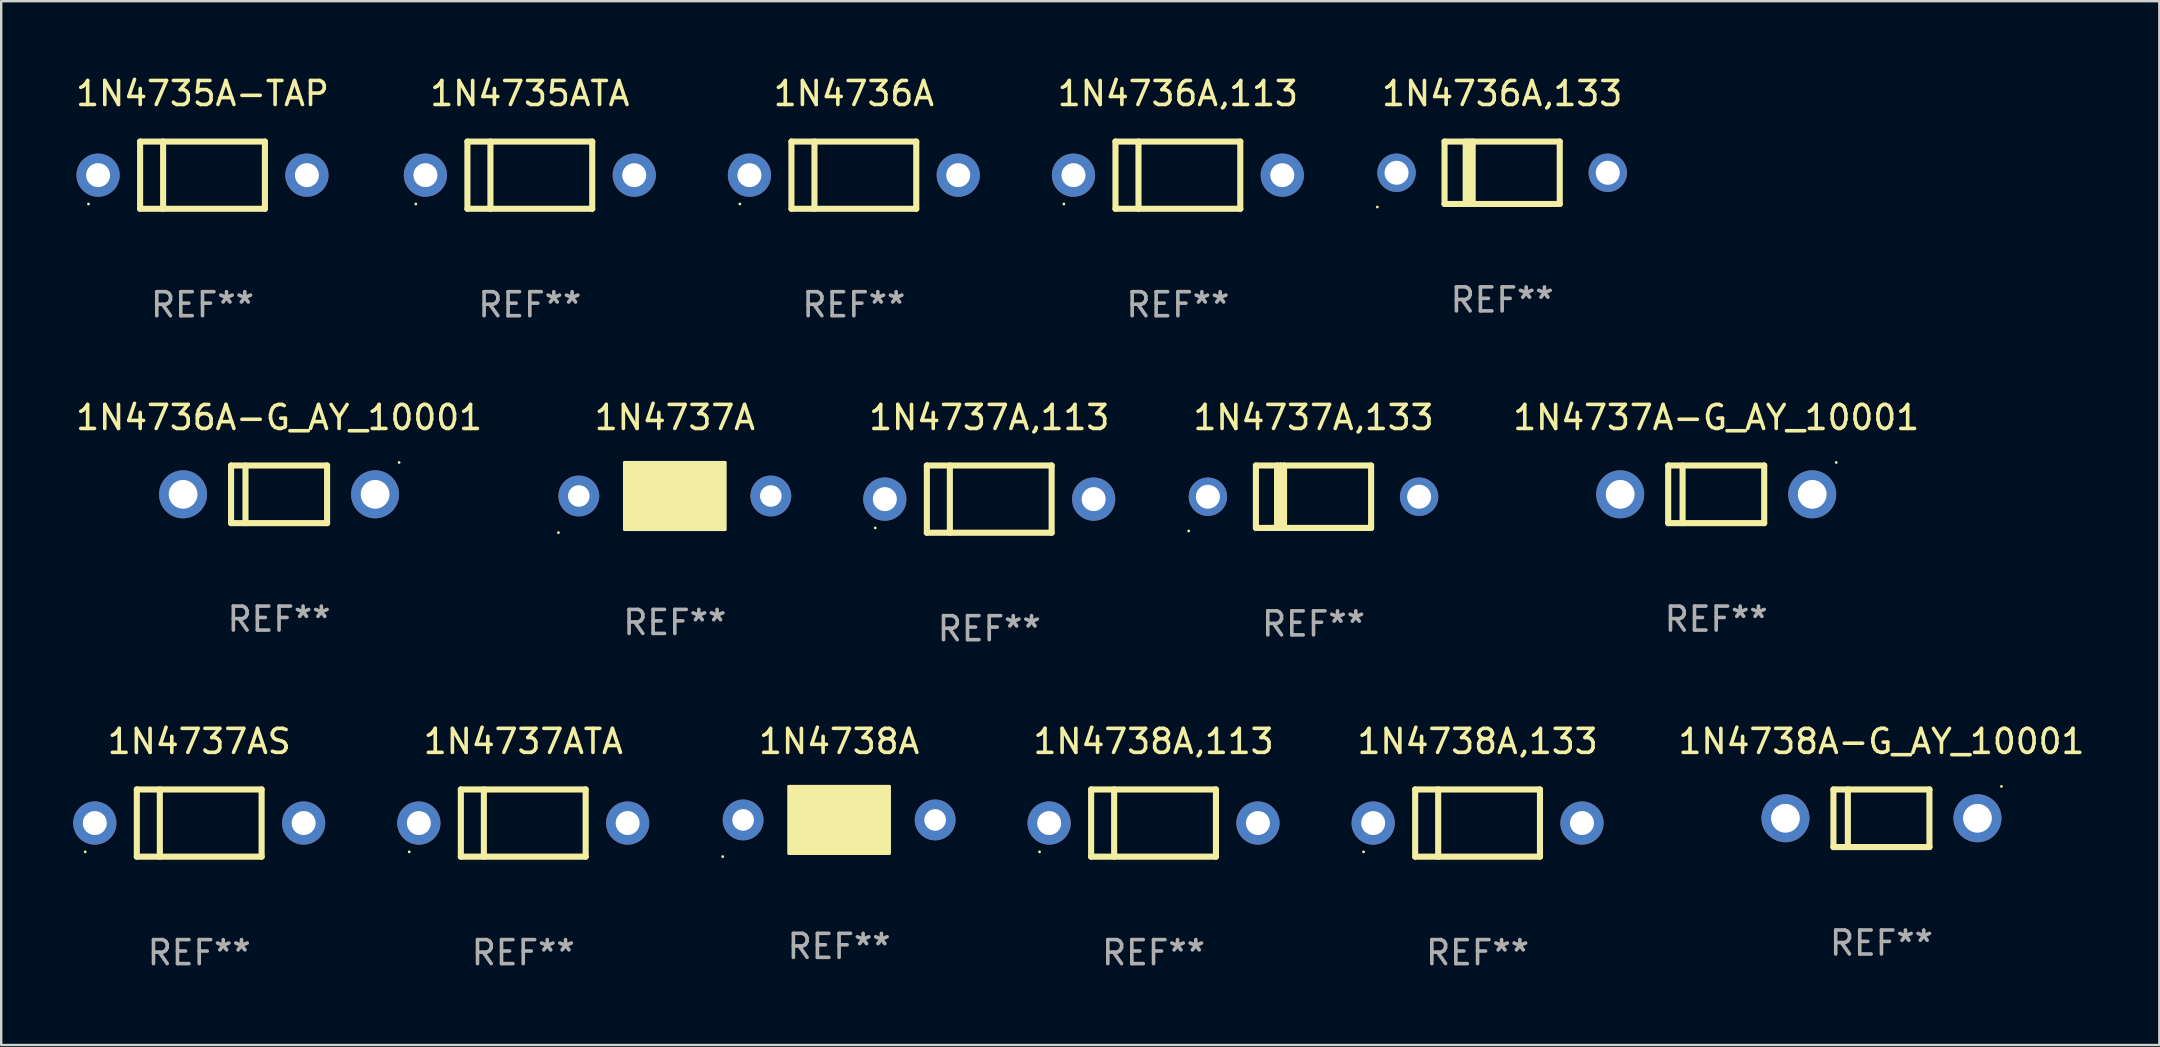
<source format=kicad_pcb>
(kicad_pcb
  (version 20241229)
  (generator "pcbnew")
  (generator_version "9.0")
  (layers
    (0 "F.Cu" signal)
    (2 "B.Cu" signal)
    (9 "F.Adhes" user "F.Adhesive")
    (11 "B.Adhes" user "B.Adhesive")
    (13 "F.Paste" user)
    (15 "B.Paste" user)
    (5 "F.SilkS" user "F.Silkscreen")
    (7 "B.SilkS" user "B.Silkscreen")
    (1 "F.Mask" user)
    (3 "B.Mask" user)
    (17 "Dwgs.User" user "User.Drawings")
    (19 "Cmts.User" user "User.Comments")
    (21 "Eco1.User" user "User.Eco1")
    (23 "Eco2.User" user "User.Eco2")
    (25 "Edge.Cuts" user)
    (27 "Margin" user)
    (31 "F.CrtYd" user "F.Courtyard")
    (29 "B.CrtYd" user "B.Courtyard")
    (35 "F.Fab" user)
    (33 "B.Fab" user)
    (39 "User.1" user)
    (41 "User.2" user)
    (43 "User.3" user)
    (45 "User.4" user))
  (footprint "1N4737A,133"
    (layer "F.Cu")
    (at 51.675 17.645)
    (property "Reference" "1N4737A,133" (at 0 -3.3 0) (layer "F.SilkS") (effects (font (size 1 1) (thickness 0.15))))
    (attr through_hole)
    (fp_line (start -2.4 -1.3) (end -2.4 1.3) (stroke (width 0.254) (type solid)) (layer "F.SilkS"))
    (fp_line (start -2.4 -1.3) (end 2.4 -1.3) (stroke (width 0.254) (type solid)) (layer "F.SilkS"))
    (fp_line (start -2.4 1.3) (end 2.4 1.3) (stroke (width 0.254) (type solid)) (layer "F.SilkS"))
    (fp_line (start -1.519 -1.3) (end -1.519 1.3) (stroke (width 0.254) (type solid)) (layer "F.SilkS"))
    (fp_line (start -1.374 -1.3) (end -1.374 1.3) (stroke (width 0.254) (type solid)) (layer "F.SilkS"))
    (fp_line (start -1.228 -1.3) (end -1.228 1.3) (stroke (width 0.254) (type solid)) (layer "F.SilkS"))
    (fp_line (start 2.4 -1.3) (end 2.4 1.3) (stroke (width 0.254) (type solid)) (layer "F.SilkS"))
    (fp_circle (center -5.2 1.427) (end -5.17 1.427) (stroke (width 0.06) (type solid)) (fill no) (layer "F.SilkS"))
    (fp_text user "REF**" (at 0 5.3 0) (layer "F.Fab") (effects (font (size 1 1) (thickness 0.15))))
    (pad "1" thru_hole circle (at -4.4 0.000013) (size 1.6 1.6) (drill 1) (layers "*.Cu" "*.Mask"))
    (pad "2" thru_hole circle (at 4.4 0.000013) (size 1.6 1.6) (drill 1) (layers "*.Cu" "*.Mask")))
  (footprint "1N4738A"
    (layer "F.Cu")
    (at 31.91 31.111)
    (property "Reference" "1N4738A" (at 0 -3.27 0) (layer "F.SilkS") (effects (font (size 1 1) (thickness 0.15))))
    (attr through_hole)
    (fp_line (start 1.27 -1.27) (end 1.27 1.27) (stroke (width 0.229) (type solid)) (layer "F.SilkS"))
    (fp_circle (center -4.85 1.527) (end -4.82 1.527) (stroke (width 0.06) (type solid)) (fill no) (layer "F.SilkS"))
    (fp_poly (pts (xy -2.1 -1.4) (xy 2.1 -1.4) (xy 2.1 1.4) (xy -2.1 1.4)) (stroke (width 0.12) (type solid)) (fill yes) (layer "F.SilkS"))
    (fp_text user "REF**" (at 0 5.27 0) (layer "F.Fab") (effects (font (size 1 1) (thickness 0.15))))
    (pad "1" thru_hole circle (at -4 0) (size 1.7 1.7) (drill 0.9) (layers "*.Cu" "*.Mask"))
    (pad "2" thru_hole circle (at 4 0) (size 1.7 1.7) (drill 0.9) (layers "*.Cu" "*.Mask")))
  (footprint "1N4736A"
    (layer "F.Cu")
    (at 32.524 4.248)
    (property "Reference" "1N4736A" (at 0 -3.4 0) (layer "F.SilkS") (effects (font (size 1 1) (thickness 0.15))))
    (attr through_hole)
    (fp_line (start -2.6 -1.4) (end -2.6 1.4) (stroke (width 0.254) (type solid)) (layer "F.SilkS"))
    (fp_line (start -2.6 -1.4) (end 2.6 -1.4) (stroke (width 0.254) (type solid)) (layer "F.SilkS"))
    (fp_line (start -2.6 1.4) (end 2.6 1.4) (stroke (width 0.254) (type solid)) (layer "F.SilkS"))
    (fp_line (start -1.641 -1.4) (end -1.641 1.4) (stroke (width 0.254) (type solid)) (layer "F.SilkS"))
    (fp_line (start 2.6 -1.4) (end 2.6 1.4) (stroke (width 0.254) (type solid)) (layer "F.SilkS"))
    (fp_circle (center -4.75 1.2) (end -4.72 1.2) (stroke (width 0.06) (type solid)) (fill no) (layer "F.SilkS"))
    (fp_text user "REF**" (at 0 5.4 0) (layer "F.Fab") (effects (font (size 1 1) (thickness 0.15))))
    (pad "1" thru_hole circle (at -4.35 0) (size 1.8 1.8) (drill 1) (layers "*.Cu" "*.Mask"))
    (pad "2" thru_hole circle (at 4.35 0) (size 1.8 1.8) (drill 1) (layers "*.Cu" "*.Mask")))
  (footprint "1N4735ATA"
    (layer "F.Cu")
    (at 19.024 4.248)
    (property "Reference" "1N4735ATA" (at 0 -3.4 0) (layer "F.SilkS") (effects (font (size 1 1) (thickness 0.15))))
    (attr through_hole)
    (fp_line (start -2.6 -1.4) (end -2.6 1.4) (stroke (width 0.254) (type solid)) (layer "F.SilkS"))
    (fp_line (start -2.6 -1.4) (end 2.6 -1.4) (stroke (width 0.254) (type solid)) (layer "F.SilkS"))
    (fp_line (start -2.6 1.4) (end 2.6 1.4) (stroke (width 0.254) (type solid)) (layer "F.SilkS"))
    (fp_line (start -1.641 -1.4) (end -1.641 1.4) (stroke (width 0.254) (type solid)) (layer "F.SilkS"))
    (fp_line (start 2.6 -1.4) (end 2.6 1.4) (stroke (width 0.254) (type solid)) (layer "F.SilkS"))
    (fp_circle (center -4.75 1.2) (end -4.72 1.2) (stroke (width 0.06) (type solid)) (fill no) (layer "F.SilkS"))
    (fp_text user "REF**" (at 0 5.4 0) (layer "F.Fab") (effects (font (size 1 1) (thickness 0.15))))
    (pad "1" thru_hole circle (at -4.35 0) (size 1.8 1.8) (drill 1) (layers "*.Cu" "*.Mask"))
    (pad "2" thru_hole circle (at 4.35 0) (size 1.8 1.8) (drill 1) (layers "*.Cu" "*.Mask")))
  (footprint "1N4738A,113"
    (layer "F.Cu")
    (at 45.01 31.241)
    (property "Reference" "1N4738A,113" (at 0 -3.4 0) (layer "F.SilkS") (effects (font (size 1 1) (thickness 0.15))))
    (attr through_hole)
    (fp_line (start -2.6 -1.4) (end -2.6 1.4) (stroke (width 0.254) (type solid)) (layer "F.SilkS"))
    (fp_line (start -2.6 -1.4) (end 2.6 -1.4) (stroke (width 0.254) (type solid)) (layer "F.SilkS"))
    (fp_line (start -2.6 1.4) (end 2.6 1.4) (stroke (width 0.254) (type solid)) (layer "F.SilkS"))
    (fp_line (start -1.641 -1.4) (end -1.641 1.4) (stroke (width 0.254) (type solid)) (layer "F.SilkS"))
    (fp_line (start 2.6 -1.4) (end 2.6 1.4) (stroke (width 0.254) (type solid)) (layer "F.SilkS"))
    (fp_circle (center -4.75 1.2) (end -4.72 1.2) (stroke (width 0.06) (type solid)) (fill no) (layer "F.SilkS"))
    (fp_text user "REF**" (at 0 5.4 0) (layer "F.Fab") (effects (font (size 1 1) (thickness 0.15))))
    (pad "1" thru_hole circle (at -4.35 0) (size 1.8 1.8) (drill 1) (layers "*.Cu" "*.Mask"))
    (pad "2" thru_hole circle (at 4.35 0) (size 1.8 1.8) (drill 1) (layers "*.Cu" "*.Mask")))
  (footprint "1N4737A-G_AY_10001"
    (layer "F.Cu")
    (at 68.452 17.545)
    (property "Reference" "1N4737A-G_AY_10001" (at 0 -3.2 0) (layer "F.SilkS") (effects (font (size 1 1) (thickness 0.15))))
    (attr through_hole)
    (fp_line (start -2 -1.2) (end 2 -1.2) (stroke (width 0.254) (type solid)) (layer "F.SilkS"))
    (fp_line (start -2 1.2) (end -2 -1.2) (stroke (width 0.254) (type solid)) (layer "F.SilkS"))
    (fp_line (start -1.4 -1.2) (end -1.4 1.2) (stroke (width 0.254) (type solid)) (layer "F.SilkS"))
    (fp_line (start 2 -1.2) (end 2 1.2) (stroke (width 0.254) (type solid)) (layer "F.SilkS"))
    (fp_line (start 2 1.2) (end -2 1.2) (stroke (width 0.254) (type solid)) (layer "F.SilkS"))
    (fp_circle (center 5 -1.327) (end 5.03 -1.327) (stroke (width 0.06) (type solid)) (fill no) (layer "F.SilkS"))
    (fp_text user "REF**" (at 0 5.2 0) (layer "F.Fab") (effects (font (size 1 1) (thickness 0.15))))
    (pad "1" thru_hole circle (at -4 0) (size 2 2) (drill 1.2) (layers "*.Cu" "*.Mask"))
    (pad "2" thru_hole circle (at 4 0) (size 2 2) (drill 1.2) (layers "*.Cu" "*.Mask")))
  (footprint "1N4737AS"
    (layer "F.Cu")
    (at 5.25 31.241)
    (property "Reference" "1N4737AS" (at 0 -3.4 0) (layer "F.SilkS") (effects (font (size 1 1) (thickness 0.15))))
    (attr through_hole)
    (fp_line (start -2.6 -1.4) (end -2.6 1.4) (stroke (width 0.254) (type solid)) (layer "F.SilkS"))
    (fp_line (start -2.6 -1.4) (end 2.6 -1.4) (stroke (width 0.254) (type solid)) (layer "F.SilkS"))
    (fp_line (start -2.6 1.4) (end 2.6 1.4) (stroke (width 0.254) (type solid)) (layer "F.SilkS"))
    (fp_line (start -1.641 -1.4) (end -1.641 1.4) (stroke (width 0.254) (type solid)) (layer "F.SilkS"))
    (fp_line (start 2.6 -1.4) (end 2.6 1.4) (stroke (width 0.254) (type solid)) (layer "F.SilkS"))
    (fp_circle (center -4.75 1.2) (end -4.72 1.2) (stroke (width 0.06) (type solid)) (fill no) (layer "F.SilkS"))
    (fp_text user "REF**" (at 0 5.4 0) (layer "F.Fab") (effects (font (size 1 1) (thickness 0.15))))
    (pad "1" thru_hole circle (at -4.35 0) (size 1.8 1.8) (drill 1) (layers "*.Cu" "*.Mask"))
    (pad "2" thru_hole circle (at 4.35 0) (size 1.8 1.8) (drill 1) (layers "*.Cu" "*.Mask")))
  (footprint "1N4736A,113"
    (layer "F.Cu")
    (at 46.024 4.248)
    (property "Reference" "1N4736A,113" (at 0 -3.4 0) (layer "F.SilkS") (effects (font (size 1 1) (thickness 0.15))))
    (attr through_hole)
    (fp_line (start -2.6 -1.4) (end -2.6 1.4) (stroke (width 0.254) (type solid)) (layer "F.SilkS"))
    (fp_line (start -2.6 -1.4) (end 2.6 -1.4) (stroke (width 0.254) (type solid)) (layer "F.SilkS"))
    (fp_line (start -2.6 1.4) (end 2.6 1.4) (stroke (width 0.254) (type solid)) (layer "F.SilkS"))
    (fp_line (start -1.641 -1.4) (end -1.641 1.4) (stroke (width 0.254) (type solid)) (layer "F.SilkS"))
    (fp_line (start 2.6 -1.4) (end 2.6 1.4) (stroke (width 0.254) (type solid)) (layer "F.SilkS"))
    (fp_circle (center -4.75 1.2) (end -4.72 1.2) (stroke (width 0.06) (type solid)) (fill no) (layer "F.SilkS"))
    (fp_text user "REF**" (at 0 5.4 0) (layer "F.Fab") (effects (font (size 1 1) (thickness 0.15))))
    (pad "1" thru_hole circle (at -4.35 0) (size 1.8 1.8) (drill 1) (layers "*.Cu" "*.Mask"))
    (pad "2" thru_hole circle (at 4.35 0) (size 1.8 1.8) (drill 1) (layers "*.Cu" "*.Mask")))
  (footprint "1N4737A,113"
    (layer "F.Cu")
    (at 38.165 17.745)
    (property "Reference" "1N4737A,113" (at 0 -3.4 0) (layer "F.SilkS") (effects (font (size 1 1) (thickness 0.15))))
    (attr through_hole)
    (fp_line (start -2.6 -1.4) (end -2.6 1.4) (stroke (width 0.254) (type solid)) (layer "F.SilkS"))
    (fp_line (start -2.6 -1.4) (end 2.6 -1.4) (stroke (width 0.254) (type solid)) (layer "F.SilkS"))
    (fp_line (start -2.6 1.4) (end 2.6 1.4) (stroke (width 0.254) (type solid)) (layer "F.SilkS"))
    (fp_line (start -1.641 -1.4) (end -1.641 1.4) (stroke (width 0.254) (type solid)) (layer "F.SilkS"))
    (fp_line (start 2.6 -1.4) (end 2.6 1.4) (stroke (width 0.254) (type solid)) (layer "F.SilkS"))
    (fp_circle (center -4.75 1.2) (end -4.72 1.2) (stroke (width 0.06) (type solid)) (fill no) (layer "F.SilkS"))
    (fp_text user "REF**" (at 0 5.4 0) (layer "F.Fab") (effects (font (size 1 1) (thickness 0.15))))
    (pad "1" thru_hole circle (at -4.35 0) (size 1.8 1.8) (drill 1) (layers "*.Cu" "*.Mask"))
    (pad "2" thru_hole circle (at 4.35 0) (size 1.8 1.8) (drill 1) (layers "*.Cu" "*.Mask")))
  (footprint "1N4737A"
    (layer "F.Cu")
    (at 25.065 17.615)
    (property "Reference" "1N4737A" (at 0 -3.27 0) (layer "F.SilkS") (effects (font (size 1 1) (thickness 0.15))))
    (attr through_hole)
    (fp_line (start 1.27 -1.27) (end 1.27 1.27) (stroke (width 0.229) (type solid)) (layer "F.SilkS"))
    (fp_circle (center -4.85 1.527) (end -4.82 1.527) (stroke (width 0.06) (type solid)) (fill no) (layer "F.SilkS"))
    (fp_poly (pts (xy -2.1 -1.4) (xy 2.1 -1.4) (xy 2.1 1.4) (xy -2.1 1.4)) (stroke (width 0.12) (type solid)) (fill yes) (layer "F.SilkS"))
    (fp_text user "REF**" (at 0 5.27 0) (layer "F.Fab") (effects (font (size 1 1) (thickness 0.15))))
    (pad "1" thru_hole circle (at -4 0) (size 1.7 1.7) (drill 0.9) (layers "*.Cu" "*.Mask"))
    (pad "2" thru_hole circle (at 4 0) (size 1.7 1.7) (drill 0.9) (layers "*.Cu" "*.Mask")))
  (footprint "1N4738A-G_AY_10001"
    (layer "F.Cu")
    (at 75.337 31.041)
    (property "Reference" "1N4738A-G_AY_10001" (at 0 -3.2 0) (layer "F.SilkS") (effects (font (size 1 1) (thickness 0.15))))
    (attr through_hole)
    (fp_line (start -2 -1.2) (end 2 -1.2) (stroke (width 0.254) (type solid)) (layer "F.SilkS"))
    (fp_line (start -2 1.2) (end -2 -1.2) (stroke (width 0.254) (type solid)) (layer "F.SilkS"))
    (fp_line (start -1.4 -1.2) (end -1.4 1.2) (stroke (width 0.254) (type solid)) (layer "F.SilkS"))
    (fp_line (start 2 -1.2) (end 2 1.2) (stroke (width 0.254) (type solid)) (layer "F.SilkS"))
    (fp_line (start 2 1.2) (end -2 1.2) (stroke (width 0.254) (type solid)) (layer "F.SilkS"))
    (fp_circle (center 5 -1.327) (end 5.03 -1.327) (stroke (width 0.06) (type solid)) (fill no) (layer "F.SilkS"))
    (fp_text user "REF**" (at 0 5.2 0) (layer "F.Fab") (effects (font (size 1 1) (thickness 0.15))))
    (pad "1" thru_hole circle (at -4 0) (size 2 2) (drill 1.2) (layers "*.Cu" "*.Mask"))
    (pad "2" thru_hole circle (at 4 0) (size 2 2) (drill 1.2) (layers "*.Cu" "*.Mask")))
  (footprint "1N4736A-G_AY_10001"
    (layer "F.Cu")
    (at 8.577 17.545)
    (property "Reference" "1N4736A-G_AY_10001" (at 0 -3.2 0) (layer "F.SilkS") (effects (font (size 1 1) (thickness 0.15))))
    (attr through_hole)
    (fp_line (start -2 -1.2) (end 2 -1.2) (stroke (width 0.254) (type solid)) (layer "F.SilkS"))
    (fp_line (start -2 1.2) (end -2 -1.2) (stroke (width 0.254) (type solid)) (layer "F.SilkS"))
    (fp_line (start -1.4 -1.2) (end -1.4 1.2) (stroke (width 0.254) (type solid)) (layer "F.SilkS"))
    (fp_line (start 2 -1.2) (end 2 1.2) (stroke (width 0.254) (type solid)) (layer "F.SilkS"))
    (fp_line (start 2 1.2) (end -2 1.2) (stroke (width 0.254) (type solid)) (layer "F.SilkS"))
    (fp_circle (center 5 -1.327) (end 5.03 -1.327) (stroke (width 0.06) (type solid)) (fill no) (layer "F.SilkS"))
    (fp_text user "REF**" (at 0 5.2 0) (layer "F.Fab") (effects (font (size 1 1) (thickness 0.15))))
    (pad "1" thru_hole circle (at -4 0) (size 2 2) (drill 1.2) (layers "*.Cu" "*.Mask"))
    (pad "2" thru_hole circle (at 4 0) (size 2 2) (drill 1.2) (layers "*.Cu" "*.Mask")))
  (footprint "1N4736A,133"
    (layer "F.Cu")
    (at 59.534 4.148)
    (property "Reference" "1N4736A,133" (at 0 -3.3 0) (layer "F.SilkS") (effects (font (size 1 1) (thickness 0.15))))
    (attr through_hole)
    (fp_line (start -2.4 -1.3) (end -2.4 1.3) (stroke (width 0.254) (type solid)) (layer "F.SilkS"))
    (fp_line (start -2.4 -1.3) (end 2.4 -1.3) (stroke (width 0.254) (type solid)) (layer "F.SilkS"))
    (fp_line (start -2.4 1.3) (end 2.4 1.3) (stroke (width 0.254) (type solid)) (layer "F.SilkS"))
    (fp_line (start -1.519 -1.3) (end -1.519 1.3) (stroke (width 0.254) (type solid)) (layer "F.SilkS"))
    (fp_line (start -1.374 -1.3) (end -1.374 1.3) (stroke (width 0.254) (type solid)) (layer "F.SilkS"))
    (fp_line (start -1.228 -1.3) (end -1.228 1.3) (stroke (width 0.254) (type solid)) (layer "F.SilkS"))
    (fp_line (start 2.4 -1.3) (end 2.4 1.3) (stroke (width 0.254) (type solid)) (layer "F.SilkS"))
    (fp_circle (center -5.2 1.427) (end -5.17 1.427) (stroke (width 0.06) (type solid)) (fill no) (layer "F.SilkS"))
    (fp_text user "REF**" (at 0 5.3 0) (layer "F.Fab") (effects (font (size 1 1) (thickness 0.15))))
    (pad "1" thru_hole circle (at -4.4 0.000013) (size 1.6 1.6) (drill 1) (layers "*.Cu" "*.Mask"))
    (pad "2" thru_hole circle (at 4.4 0.000013) (size 1.6 1.6) (drill 1) (layers "*.Cu" "*.Mask")))
  (footprint "1N4738A,133"
    (layer "F.Cu")
    (at 58.51 31.241)
    (property "Reference" "1N4738A,133" (at 0 -3.4 0) (layer "F.SilkS") (effects (font (size 1 1) (thickness 0.15))))
    (attr through_hole)
    (fp_line (start -2.6 -1.4) (end -2.6 1.4) (stroke (width 0.254) (type solid)) (layer "F.SilkS"))
    (fp_line (start -2.6 -1.4) (end 2.6 -1.4) (stroke (width 0.254) (type solid)) (layer "F.SilkS"))
    (fp_line (start -2.6 1.4) (end 2.6 1.4) (stroke (width 0.254) (type solid)) (layer "F.SilkS"))
    (fp_line (start -1.641 -1.4) (end -1.641 1.4) (stroke (width 0.254) (type solid)) (layer "F.SilkS"))
    (fp_line (start 2.6 -1.4) (end 2.6 1.4) (stroke (width 0.254) (type solid)) (layer "F.SilkS"))
    (fp_circle (center -4.75 1.2) (end -4.72 1.2) (stroke (width 0.06) (type solid)) (fill no) (layer "F.SilkS"))
    (fp_text user "REF**" (at 0 5.4 0) (layer "F.Fab") (effects (font (size 1 1) (thickness 0.15))))
    (pad "1" thru_hole circle (at -4.35 0) (size 1.8 1.8) (drill 1) (layers "*.Cu" "*.Mask"))
    (pad "2" thru_hole circle (at 4.35 0) (size 1.8 1.8) (drill 1) (layers "*.Cu" "*.Mask")))
  (footprint "1N4737ATA"
    (layer "F.Cu")
    (at 18.75 31.241)
    (property "Reference" "1N4737ATA" (at 0 -3.4 0) (layer "F.SilkS") (effects (font (size 1 1) (thickness 0.15))))
    (attr through_hole)
    (fp_line (start -2.6 -1.4) (end -2.6 1.4) (stroke (width 0.254) (type solid)) (layer "F.SilkS"))
    (fp_line (start -2.6 -1.4) (end 2.6 -1.4) (stroke (width 0.254) (type solid)) (layer "F.SilkS"))
    (fp_line (start -2.6 1.4) (end 2.6 1.4) (stroke (width 0.254) (type solid)) (layer "F.SilkS"))
    (fp_line (start -1.641 -1.4) (end -1.641 1.4) (stroke (width 0.254) (type solid)) (layer "F.SilkS"))
    (fp_line (start 2.6 -1.4) (end 2.6 1.4) (stroke (width 0.254) (type solid)) (layer "F.SilkS"))
    (fp_circle (center -4.75 1.2) (end -4.72 1.2) (stroke (width 0.06) (type solid)) (fill no) (layer "F.SilkS"))
    (fp_text user "REF**" (at 0 5.4 0) (layer "F.Fab") (effects (font (size 1 1) (thickness 0.15))))
    (pad "1" thru_hole circle (at -4.35 0) (size 1.8 1.8) (drill 1) (layers "*.Cu" "*.Mask"))
    (pad "2" thru_hole circle (at 4.35 0) (size 1.8 1.8) (drill 1) (layers "*.Cu" "*.Mask")))
  (footprint "1N4735A-TAP"
    (layer "F.Cu")
    (at 5.387 4.248)
    (property "Reference" "1N4735A-TAP" (at 0 -3.4 0) (layer "F.SilkS") (effects (font (size 1 1) (thickness 0.15))))
    (attr through_hole)
    (fp_line (start -2.6 -1.4) (end -2.6 1.4) (stroke (width 0.254) (type solid)) (layer "F.SilkS"))
    (fp_line (start -2.6 -1.4) (end 2.6 -1.4) (stroke (width 0.254) (type solid)) (layer "F.SilkS"))
    (fp_line (start -2.6 1.4) (end 2.6 1.4) (stroke (width 0.254) (type solid)) (layer "F.SilkS"))
    (fp_line (start -1.641 -1.4) (end -1.641 1.4) (stroke (width 0.254) (type solid)) (layer "F.SilkS"))
    (fp_line (start 2.6 -1.4) (end 2.6 1.4) (stroke (width 0.254) (type solid)) (layer "F.SilkS"))
    (fp_circle (center -4.75 1.2) (end -4.72 1.2) (stroke (width 0.06) (type solid)) (fill no) (layer "F.SilkS"))
    (fp_text user "REF**" (at 0 5.4 0) (layer "F.Fab") (effects (font (size 1 1) (thickness 0.15))))
    (pad "1" thru_hole circle (at -4.35 0) (size 1.8 1.8) (drill 1) (layers "*.Cu" "*.Mask"))
    (pad "2" thru_hole circle (at 4.35 0) (size 1.8 1.8) (drill 1) (layers "*.Cu" "*.Mask")))
  (gr_rect
    (start -3 -3)
    (end 86.915 40.489)
    (stroke (width 0.1) (type default))
    (fill no)
    (layer "Edge.Cuts")))
</source>
